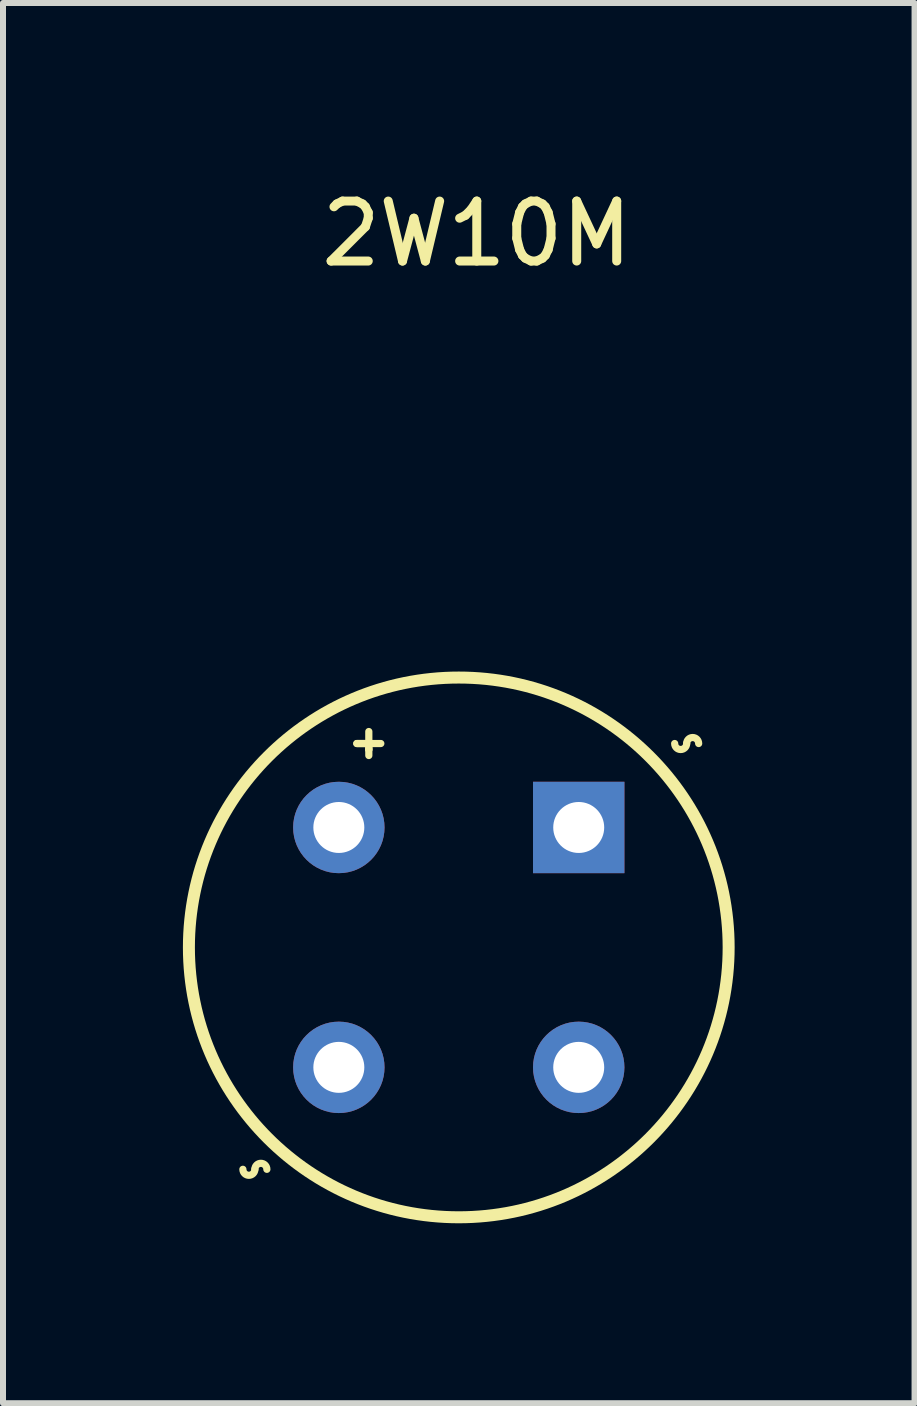
<source format=kicad_pcb>
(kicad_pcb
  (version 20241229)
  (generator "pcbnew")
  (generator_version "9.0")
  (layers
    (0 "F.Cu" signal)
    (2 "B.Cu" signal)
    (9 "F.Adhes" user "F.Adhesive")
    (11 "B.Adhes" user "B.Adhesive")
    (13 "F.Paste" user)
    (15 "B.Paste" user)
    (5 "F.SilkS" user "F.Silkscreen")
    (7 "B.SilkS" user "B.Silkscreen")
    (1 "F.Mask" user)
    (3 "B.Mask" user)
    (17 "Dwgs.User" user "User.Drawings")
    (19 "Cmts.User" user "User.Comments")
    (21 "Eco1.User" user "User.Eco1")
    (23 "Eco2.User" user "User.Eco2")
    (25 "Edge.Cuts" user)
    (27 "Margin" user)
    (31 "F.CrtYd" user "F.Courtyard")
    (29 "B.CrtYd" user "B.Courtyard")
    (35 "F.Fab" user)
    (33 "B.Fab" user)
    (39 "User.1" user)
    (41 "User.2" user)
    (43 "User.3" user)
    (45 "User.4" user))
  (footprint "2W10M"
    (layer "F.Cu")
    (at 4.6 12.748)
    (property "Reference" "2W10M" (at 0.3 -11.9 0) (layer "F.SilkS") (effects (font (size 1 1) (thickness 0.15))))
    (attr through_hole)
    (fp_line (start -1.7 -3.4) (end -1.3 -3.4) (stroke (width 0.12) (type solid)) (layer "F.SilkS"))
    (fp_line (start -1.5 -3.6) (end -1.5 -3.3) (stroke (width 0.12) (type solid)) (layer "F.SilkS"))
    (fp_line (start -1.5 -3.4) (end -1.7 -3.4) (stroke (width 0.12) (type solid)) (layer "F.SilkS"))
    (fp_line (start -1.5 -3.3) (end -1.5 -3.4) (stroke (width 0.12) (type solid)) (layer "F.SilkS"))
    (fp_line (start -1.5 -3.2) (end -1.5 -3.3) (stroke (width 0.12) (type solid)) (layer "F.SilkS"))
    (fp_arc (start -3.4 3.7) (mid -3.5 3.8) (end -3.6 3.7) (stroke (width 0.12) (type solid)) (layer "F.SilkS"))
    (fp_arc (start -3.4 3.7) (mid -3.3 3.6) (end -3.2 3.7) (stroke (width 0.12) (type solid)) (layer "F.SilkS"))
    (fp_arc (start 3.8 -3.4) (mid 3.7 -3.3) (end 3.6 -3.4) (stroke (width 0.12) (type solid)) (layer "F.SilkS"))
    (fp_arc (start 3.8 -3.4) (mid 3.9 -3.5) (end 4 -3.4) (stroke (width 0.12) (type solid)) (layer "F.SilkS"))
    (fp_circle (center 0 0) (end 4.5 0) (stroke (width 0.2) (type solid)) (fill no) (layer "F.SilkS"))
    (pad "1" thru_hole rect (at 2 -2) (size 1.524 1.524) (drill 0.85) (layers "*.Cu" "*.Mask"))
    (pad "2" thru_hole circle (at -2 2) (size 1.524 1.524) (drill 0.85) (layers "*.Cu" "*.Mask"))
    (pad "3" thru_hole circle (at 2 2) (size 1.524 1.524) (drill 0.85) (layers "*.Cu" "*.Mask"))
    (pad "4" thru_hole circle (at -2 -2) (size 1.524 1.524) (drill 0.85) (layers "*.Cu" "*.Mask")))
  (gr_rect
    (start -3 -3)
    (end 12.2 20.348)
    (stroke (width 0.1) (type default))
    (fill no)
    (layer "Edge.Cuts")))
</source>
